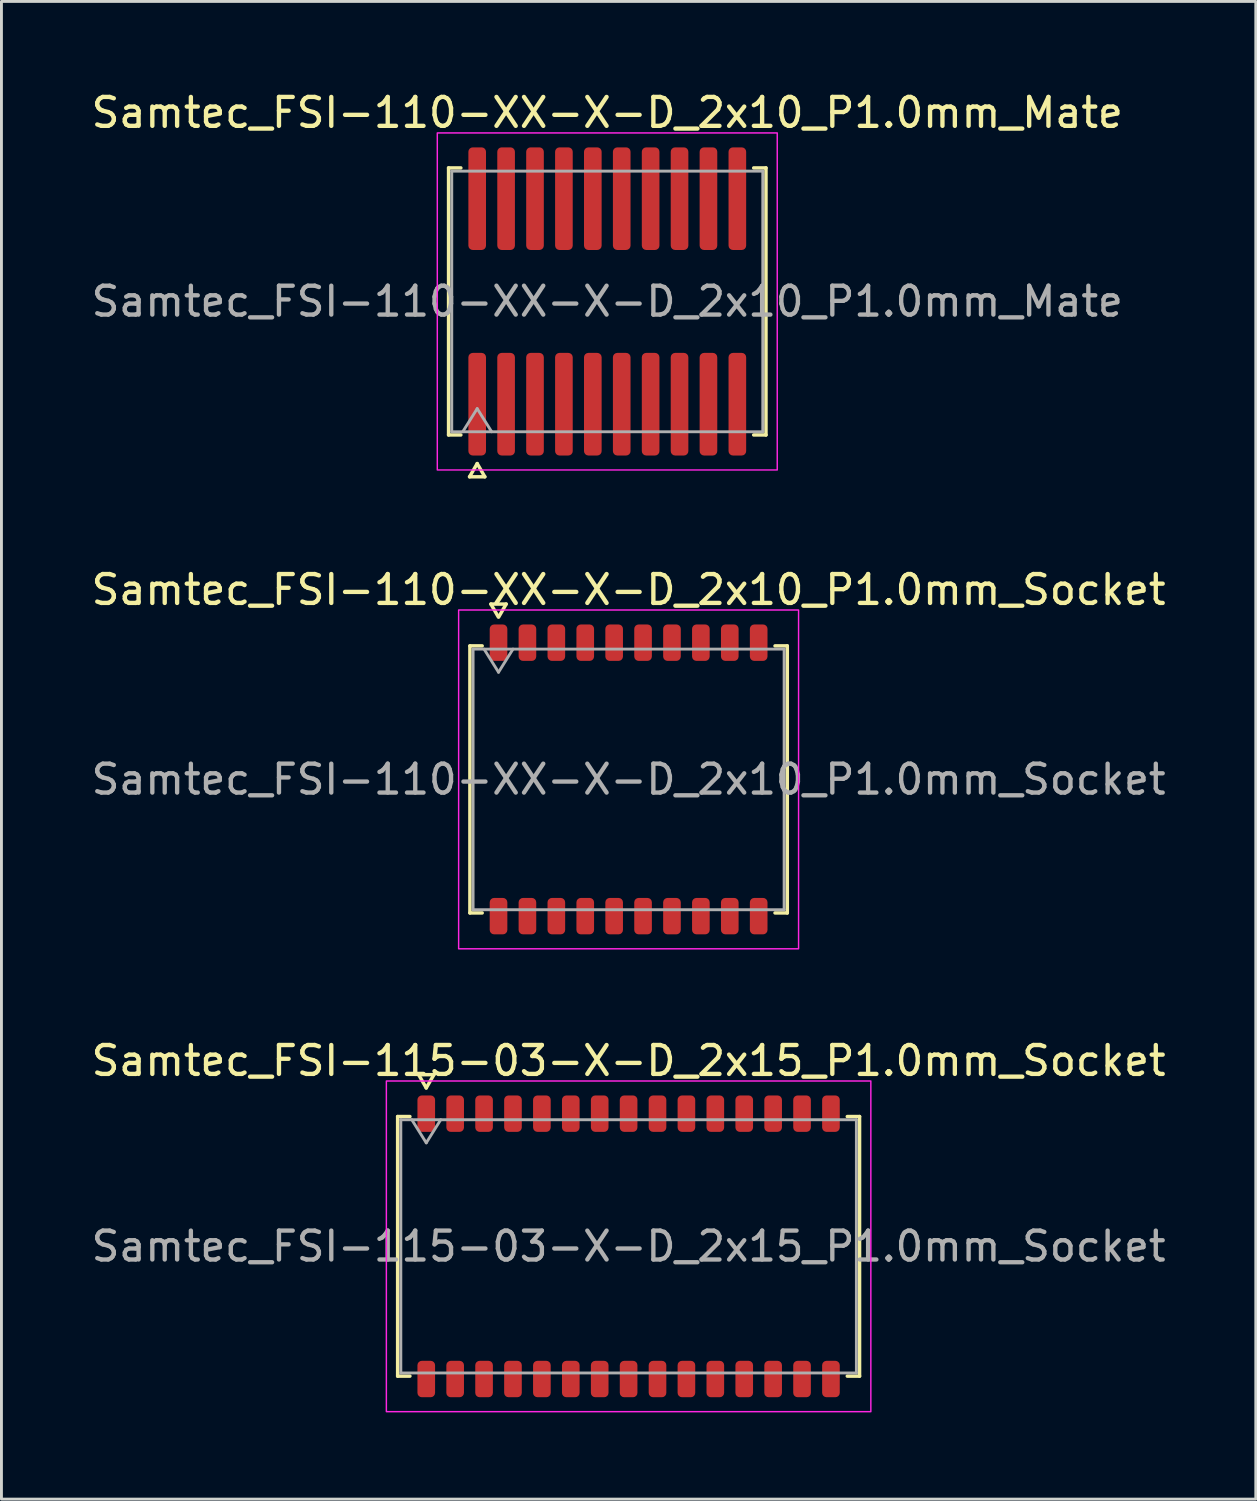
<source format=kicad_pcb>
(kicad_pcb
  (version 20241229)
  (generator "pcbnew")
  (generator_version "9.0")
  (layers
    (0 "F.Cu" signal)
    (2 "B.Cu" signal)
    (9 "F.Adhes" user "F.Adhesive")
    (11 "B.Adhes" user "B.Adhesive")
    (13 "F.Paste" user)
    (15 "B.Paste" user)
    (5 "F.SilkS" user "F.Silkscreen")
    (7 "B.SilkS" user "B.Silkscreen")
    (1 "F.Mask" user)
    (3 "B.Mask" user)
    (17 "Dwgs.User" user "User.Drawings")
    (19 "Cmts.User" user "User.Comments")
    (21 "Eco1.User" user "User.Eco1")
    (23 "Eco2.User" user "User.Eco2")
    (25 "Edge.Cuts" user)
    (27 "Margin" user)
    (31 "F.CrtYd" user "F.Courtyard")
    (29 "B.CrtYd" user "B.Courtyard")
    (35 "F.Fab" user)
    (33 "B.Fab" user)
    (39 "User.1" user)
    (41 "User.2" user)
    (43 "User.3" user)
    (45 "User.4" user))
  (footprint "Samtec_FSI-110-XX-X-D_2x10_P1.0mm_Socket"
    (layer "F.Cu")
    (at 18.696 23.913)
    (property "Reference" "Samtec_FSI-110-XX-X-D_2x10_P1.0mm_Socket" (at 0 -6.56 0) (layer "F.SilkS") (effects (font (size 1 1) (thickness 0.15))))
    (attr smd)
    (fp_line (start -5.49 -4.619) (end -5.065 -4.619) (stroke (width 0.12) (type solid)) (layer "F.SilkS"))
    (fp_line (start -5.49 4.619) (end -5.49 -4.619) (stroke (width 0.12) (type solid)) (layer "F.SilkS"))
    (fp_line (start -5.065 4.619) (end -5.49 4.619) (stroke (width 0.12) (type solid)) (layer "F.SilkS"))
    (fp_line (start -4.764 -6.066) (end -4.507 -5.62) (stroke (width 0.12) (type solid)) (layer "F.SilkS"))
    (fp_line (start -4.493 -5.62) (end -4.236 -6.066) (stroke (width 0.12) (type solid)) (layer "F.SilkS"))
    (fp_line (start -4.236 -6.066) (end -4.764 -6.066) (stroke (width 0.12) (type solid)) (layer "F.SilkS"))
    (fp_line (start 5.065 -4.619) (end 5.49 -4.619) (stroke (width 0.12) (type solid)) (layer "F.SilkS"))
    (fp_line (start 5.49 -4.619) (end 5.49 4.619) (stroke (width 0.12) (type solid)) (layer "F.SilkS"))
    (fp_line (start 5.49 4.619) (end 5.065 4.619) (stroke (width 0.12) (type solid)) (layer "F.SilkS"))
    (fp_rect (start -5.88 -5.86) (end 5.88 5.86) (stroke (width 0.05) (type solid)) (fill no) (layer "F.CrtYd"))
    (fp_line (start -5.38 -4.508) (end 5.38 -4.508) (stroke (width 0.1) (type solid)) (layer "F.Fab"))
    (fp_line (start -5.38 4.508) (end -5.38 -4.508) (stroke (width 0.1) (type solid)) (layer "F.Fab"))
    (fp_line (start -5 -4.508) (end -4.5 -3.708) (stroke (width 0.1) (type solid)) (layer "F.Fab"))
    (fp_line (start -4.5 -3.708) (end -4 -4.508) (stroke (width 0.1) (type solid)) (layer "F.Fab"))
    (fp_line (start 5.38 -4.508) (end 5.38 4.508) (stroke (width 0.1) (type solid)) (layer "F.Fab"))
    (fp_line (start 5.38 4.508) (end -5.38 4.508) (stroke (width 0.1) (type solid)) (layer "F.Fab"))
    (fp_text user "${REFERENCE}" (at 0 0 0) (layer "F.Fab") (effects (font (size 1 1) (thickness 0.15))))
    (pad "1" smd roundrect (at -4.5 -4.73) (size 0.61 1.26) (layers "F.Cu" "F.Mask" "F.Paste") (roundrect_rratio 0.25))
    (pad "2" smd roundrect (at -4.5 4.73) (size 0.61 1.26) (layers "F.Cu" "F.Mask" "F.Paste") (roundrect_rratio 0.25))
    (pad "3" smd roundrect (at -3.5 -4.73) (size 0.61 1.26) (layers "F.Cu" "F.Mask" "F.Paste") (roundrect_rratio 0.25))
    (pad "4" smd roundrect (at -3.5 4.73) (size 0.61 1.26) (layers "F.Cu" "F.Mask" "F.Paste") (roundrect_rratio 0.25))
    (pad "5" smd roundrect (at -2.5 -4.73) (size 0.61 1.26) (layers "F.Cu" "F.Mask" "F.Paste") (roundrect_rratio 0.25))
    (pad "6" smd roundrect (at -2.5 4.73) (size 0.61 1.26) (layers "F.Cu" "F.Mask" "F.Paste") (roundrect_rratio 0.25))
    (pad "7" smd roundrect (at -1.5 -4.73) (size 0.61 1.26) (layers "F.Cu" "F.Mask" "F.Paste") (roundrect_rratio 0.25))
    (pad "8" smd roundrect (at -1.5 4.73) (size 0.61 1.26) (layers "F.Cu" "F.Mask" "F.Paste") (roundrect_rratio 0.25))
    (pad "9" smd roundrect (at -0.5 -4.73) (size 0.61 1.26) (layers "F.Cu" "F.Mask" "F.Paste") (roundrect_rratio 0.25))
    (pad "10" smd roundrect (at -0.5 4.73) (size 0.61 1.26) (layers "F.Cu" "F.Mask" "F.Paste") (roundrect_rratio 0.25))
    (pad "11" smd roundrect (at 0.5 -4.73) (size 0.61 1.26) (layers "F.Cu" "F.Mask" "F.Paste") (roundrect_rratio 0.25))
    (pad "12" smd roundrect (at 0.5 4.73) (size 0.61 1.26) (layers "F.Cu" "F.Mask" "F.Paste") (roundrect_rratio 0.25))
    (pad "13" smd roundrect (at 1.5 -4.73) (size 0.61 1.26) (layers "F.Cu" "F.Mask" "F.Paste") (roundrect_rratio 0.25))
    (pad "14" smd roundrect (at 1.5 4.73) (size 0.61 1.26) (layers "F.Cu" "F.Mask" "F.Paste") (roundrect_rratio 0.25))
    (pad "15" smd roundrect (at 2.5 -4.73) (size 0.61 1.26) (layers "F.Cu" "F.Mask" "F.Paste") (roundrect_rratio 0.25))
    (pad "16" smd roundrect (at 2.5 4.73) (size 0.61 1.26) (layers "F.Cu" "F.Mask" "F.Paste") (roundrect_rratio 0.25))
    (pad "17" smd roundrect (at 3.5 -4.73) (size 0.61 1.26) (layers "F.Cu" "F.Mask" "F.Paste") (roundrect_rratio 0.25))
    (pad "18" smd roundrect (at 3.5 4.73) (size 0.61 1.26) (layers "F.Cu" "F.Mask" "F.Paste") (roundrect_rratio 0.25))
    (pad "19" smd roundrect (at 4.5 -4.73) (size 0.61 1.26) (layers "F.Cu" "F.Mask" "F.Paste") (roundrect_rratio 0.25))
    (pad "20" smd roundrect (at 4.5 4.73) (size 0.61 1.26) (layers "F.Cu" "F.Mask" "F.Paste") (roundrect_rratio 0.25)))
  (footprint "Samtec_FSI-115-03-X-D_2x15_P1.0mm_Socket"
    (layer "F.Cu")
    (at 18.696 40.066)
    (property "Reference" "Samtec_FSI-115-03-X-D_2x15_P1.0mm_Socket" (at 0 -6.42 0) (layer "F.SilkS") (effects (font (size 1 1) (thickness 0.15))))
    (attr smd)
    (fp_line (start -7.99 -4.49) (end -7.565 -4.49) (stroke (width 0.12) (type solid)) (layer "F.SilkS"))
    (fp_line (start -7.99 4.49) (end -7.99 -4.49) (stroke (width 0.12) (type solid)) (layer "F.SilkS"))
    (fp_line (start -7.565 4.49) (end -7.99 4.49) (stroke (width 0.12) (type solid)) (layer "F.SilkS"))
    (fp_line (start -7.264 -5.938) (end -7 -5.48) (stroke (width 0.12) (type solid)) (layer "F.SilkS"))
    (fp_line (start -7 -5.48) (end -6.736 -5.938) (stroke (width 0.12) (type solid)) (layer "F.SilkS"))
    (fp_line (start -6.736 -5.938) (end -7.264 -5.938) (stroke (width 0.12) (type solid)) (layer "F.SilkS"))
    (fp_line (start 7.565 -4.49) (end 7.99 -4.49) (stroke (width 0.12) (type solid)) (layer "F.SilkS"))
    (fp_line (start 7.99 -4.49) (end 7.99 4.49) (stroke (width 0.12) (type solid)) (layer "F.SilkS"))
    (fp_line (start 7.99 4.49) (end 7.565 4.49) (stroke (width 0.12) (type solid)) (layer "F.SilkS"))
    (fp_rect (start -8.38 -5.72) (end 8.38 5.72) (stroke (width 0.05) (type solid)) (fill no) (layer "F.CrtYd"))
    (fp_line (start -7.88 -4.38) (end 7.88 -4.38) (stroke (width 0.1) (type solid)) (layer "F.Fab"))
    (fp_line (start -7.88 4.38) (end -7.88 -4.38) (stroke (width 0.1) (type solid)) (layer "F.Fab"))
    (fp_line (start -7.5 -4.38) (end -7 -3.58) (stroke (width 0.1) (type solid)) (layer "F.Fab"))
    (fp_line (start -7 -3.58) (end -6.5 -4.38) (stroke (width 0.1) (type solid)) (layer "F.Fab"))
    (fp_line (start 7.88 -4.38) (end 7.88 4.38) (stroke (width 0.1) (type solid)) (layer "F.Fab"))
    (fp_line (start 7.88 4.38) (end -7.88 4.38) (stroke (width 0.1) (type solid)) (layer "F.Fab"))
    (fp_text user "${REFERENCE}" (at 0 0 0) (layer "F.Fab") (effects (font (size 1 1) (thickness 0.15))))
    (pad "1" smd roundrect (at -7 -4.59) (size 0.61 1.26) (layers "F.Cu" "F.Mask" "F.Paste") (roundrect_rratio 0.25))
    (pad "2" smd roundrect (at -7 4.59) (size 0.61 1.26) (layers "F.Cu" "F.Mask" "F.Paste") (roundrect_rratio 0.25))
    (pad "3" smd roundrect (at -6 -4.59) (size 0.61 1.26) (layers "F.Cu" "F.Mask" "F.Paste") (roundrect_rratio 0.25))
    (pad "4" smd roundrect (at -6 4.59) (size 0.61 1.26) (layers "F.Cu" "F.Mask" "F.Paste") (roundrect_rratio 0.25))
    (pad "5" smd roundrect (at -5 -4.59) (size 0.61 1.26) (layers "F.Cu" "F.Mask" "F.Paste") (roundrect_rratio 0.25))
    (pad "6" smd roundrect (at -5 4.59) (size 0.61 1.26) (layers "F.Cu" "F.Mask" "F.Paste") (roundrect_rratio 0.25))
    (pad "7" smd roundrect (at -4 -4.59) (size 0.61 1.26) (layers "F.Cu" "F.Mask" "F.Paste") (roundrect_rratio 0.25))
    (pad "8" smd roundrect (at -4 4.59) (size 0.61 1.26) (layers "F.Cu" "F.Mask" "F.Paste") (roundrect_rratio 0.25))
    (pad "9" smd roundrect (at -3 -4.59) (size 0.61 1.26) (layers "F.Cu" "F.Mask" "F.Paste") (roundrect_rratio 0.25))
    (pad "10" smd roundrect (at -3 4.59) (size 0.61 1.26) (layers "F.Cu" "F.Mask" "F.Paste") (roundrect_rratio 0.25))
    (pad "11" smd roundrect (at -2 -4.59) (size 0.61 1.26) (layers "F.Cu" "F.Mask" "F.Paste") (roundrect_rratio 0.25))
    (pad "12" smd roundrect (at -2 4.59) (size 0.61 1.26) (layers "F.Cu" "F.Mask" "F.Paste") (roundrect_rratio 0.25))
    (pad "13" smd roundrect (at -1 -4.59) (size 0.61 1.26) (layers "F.Cu" "F.Mask" "F.Paste") (roundrect_rratio 0.25))
    (pad "14" smd roundrect (at -1 4.59) (size 0.61 1.26) (layers "F.Cu" "F.Mask" "F.Paste") (roundrect_rratio 0.25))
    (pad "15" smd roundrect (at 0 -4.59) (size 0.61 1.26) (layers "F.Cu" "F.Mask" "F.Paste") (roundrect_rratio 0.25))
    (pad "16" smd roundrect (at 0 4.59) (size 0.61 1.26) (layers "F.Cu" "F.Mask" "F.Paste") (roundrect_rratio 0.25))
    (pad "17" smd roundrect (at 1 -4.59) (size 0.61 1.26) (layers "F.Cu" "F.Mask" "F.Paste") (roundrect_rratio 0.25))
    (pad "18" smd roundrect (at 1 4.59) (size 0.61 1.26) (layers "F.Cu" "F.Mask" "F.Paste") (roundrect_rratio 0.25))
    (pad "19" smd roundrect (at 2 -4.59) (size 0.61 1.26) (layers "F.Cu" "F.Mask" "F.Paste") (roundrect_rratio 0.25))
    (pad "20" smd roundrect (at 2 4.59) (size 0.61 1.26) (layers "F.Cu" "F.Mask" "F.Paste") (roundrect_rratio 0.25))
    (pad "21" smd roundrect (at 3 -4.59) (size 0.61 1.26) (layers "F.Cu" "F.Mask" "F.Paste") (roundrect_rratio 0.25))
    (pad "22" smd roundrect (at 3 4.59) (size 0.61 1.26) (layers "F.Cu" "F.Mask" "F.Paste") (roundrect_rratio 0.25))
    (pad "23" smd roundrect (at 4 -4.59) (size 0.61 1.26) (layers "F.Cu" "F.Mask" "F.Paste") (roundrect_rratio 0.25))
    (pad "24" smd roundrect (at 4 4.59) (size 0.61 1.26) (layers "F.Cu" "F.Mask" "F.Paste") (roundrect_rratio 0.25))
    (pad "25" smd roundrect (at 5 -4.59) (size 0.61 1.26) (layers "F.Cu" "F.Mask" "F.Paste") (roundrect_rratio 0.25))
    (pad "26" smd roundrect (at 5 4.59) (size 0.61 1.26) (layers "F.Cu" "F.Mask" "F.Paste") (roundrect_rratio 0.25))
    (pad "27" smd roundrect (at 6 -4.59) (size 0.61 1.26) (layers "F.Cu" "F.Mask" "F.Paste") (roundrect_rratio 0.25))
    (pad "28" smd roundrect (at 6 4.59) (size 0.61 1.26) (layers "F.Cu" "F.Mask" "F.Paste") (roundrect_rratio 0.25))
    (pad "29" smd roundrect (at 7 -4.59) (size 0.61 1.26) (layers "F.Cu" "F.Mask" "F.Paste") (roundrect_rratio 0.25))
    (pad "30" smd roundrect (at 7 4.59) (size 0.61 1.26) (layers "F.Cu" "F.Mask" "F.Paste") (roundrect_rratio 0.25)))
  (footprint "Samtec_FSI-110-XX-X-D_2x10_P1.0mm_Mate"
    (layer "F.Cu")
    (at 17.958 7.378)
    (property "Reference" "Samtec_FSI-110-XX-X-D_2x10_P1.0mm_Mate" (at 0 -6.53 0) (layer "F.SilkS") (effects (font (size 1 1) (thickness 0.15))))
    (attr exclude_from_pos_files exclude_from_bom)
    (fp_line (start -5.49 -4.619) (end -5.065 -4.619) (stroke (width 0.12) (type solid)) (layer "F.SilkS"))
    (fp_line (start -5.49 4.619) (end -5.49 -4.619) (stroke (width 0.12) (type solid)) (layer "F.SilkS"))
    (fp_line (start -5.065 4.619) (end -5.49 4.619) (stroke (width 0.12) (type solid)) (layer "F.SilkS"))
    (fp_line (start -4.764 6.066) (end -4.5 5.609) (stroke (width 0.12) (type solid)) (layer "F.SilkS"))
    (fp_line (start -4.5 5.609) (end -4.236 6.066) (stroke (width 0.12) (type solid)) (layer "F.SilkS"))
    (fp_line (start -4.236 6.066) (end -4.764 6.066) (stroke (width 0.12) (type solid)) (layer "F.SilkS"))
    (fp_line (start 5.065 -4.619) (end 5.49 -4.619) (stroke (width 0.12) (type solid)) (layer "F.SilkS"))
    (fp_line (start 5.49 -4.619) (end 5.49 4.619) (stroke (width 0.12) (type solid)) (layer "F.SilkS"))
    (fp_line (start 5.49 4.619) (end 5.065 4.619) (stroke (width 0.12) (type solid)) (layer "F.SilkS"))
    (fp_rect (start -5.88 -5.83) (end 5.88 5.83) (stroke (width 0.05) (type solid)) (fill no) (layer "F.CrtYd"))
    (fp_line (start -5.38 -4.508) (end 5.38 -4.508) (stroke (width 0.1) (type solid)) (layer "F.Fab"))
    (fp_line (start -5.38 4.508) (end -5.38 -4.508) (stroke (width 0.1) (type solid)) (layer "F.Fab"))
    (fp_line (start -5 4.508) (end -4.5 3.708) (stroke (width 0.1) (type solid)) (layer "F.Fab"))
    (fp_line (start -4.5 3.708) (end -4 4.508) (stroke (width 0.1) (type solid)) (layer "F.Fab"))
    (fp_line (start 5.38 -4.508) (end 5.38 4.508) (stroke (width 0.1) (type solid)) (layer "F.Fab"))
    (fp_line (start 5.38 4.508) (end -5.38 4.508) (stroke (width 0.1) (type solid)) (layer "F.Fab"))
    (fp_text user "${REFERENCE}" (at 0 0 0) (layer "F.Fab") (effects (font (size 1 1) (thickness 0.15))))
    (pad "1" smd roundrect (at -4.5 3.555) (size 0.61 3.55) (layers "F.Cu" "F.Mask") (roundrect_rratio 0.25))
    (pad "2" smd roundrect (at -4.5 -3.555) (size 0.61 3.55) (layers "F.Cu" "F.Mask") (roundrect_rratio 0.25))
    (pad "3" smd roundrect (at -3.5 3.555) (size 0.61 3.55) (layers "F.Cu" "F.Mask") (roundrect_rratio 0.25))
    (pad "4" smd roundrect (at -3.5 -3.555) (size 0.61 3.55) (layers "F.Cu" "F.Mask") (roundrect_rratio 0.25))
    (pad "5" smd roundrect (at -2.5 3.555) (size 0.61 3.55) (layers "F.Cu" "F.Mask") (roundrect_rratio 0.25))
    (pad "6" smd roundrect (at -2.5 -3.555) (size 0.61 3.55) (layers "F.Cu" "F.Mask") (roundrect_rratio 0.25))
    (pad "7" smd roundrect (at -1.5 3.555) (size 0.61 3.55) (layers "F.Cu" "F.Mask") (roundrect_rratio 0.25))
    (pad "8" smd roundrect (at -1.5 -3.555) (size 0.61 3.55) (layers "F.Cu" "F.Mask") (roundrect_rratio 0.25))
    (pad "9" smd roundrect (at -0.5 3.555) (size 0.61 3.55) (layers "F.Cu" "F.Mask") (roundrect_rratio 0.25))
    (pad "10" smd roundrect (at -0.5 -3.555) (size 0.61 3.55) (layers "F.Cu" "F.Mask") (roundrect_rratio 0.25))
    (pad "11" smd roundrect (at 0.5 3.555) (size 0.61 3.55) (layers "F.Cu" "F.Mask") (roundrect_rratio 0.25))
    (pad "12" smd roundrect (at 0.5 -3.555) (size 0.61 3.55) (layers "F.Cu" "F.Mask") (roundrect_rratio 0.25))
    (pad "13" smd roundrect (at 1.5 3.555) (size 0.61 3.55) (layers "F.Cu" "F.Mask") (roundrect_rratio 0.25))
    (pad "14" smd roundrect (at 1.5 -3.555) (size 0.61 3.55) (layers "F.Cu" "F.Mask") (roundrect_rratio 0.25))
    (pad "15" smd roundrect (at 2.5 3.555) (size 0.61 3.55) (layers "F.Cu" "F.Mask") (roundrect_rratio 0.25))
    (pad "16" smd roundrect (at 2.5 -3.555) (size 0.61 3.55) (layers "F.Cu" "F.Mask") (roundrect_rratio 0.25))
    (pad "17" smd roundrect (at 3.5 3.555) (size 0.61 3.55) (layers "F.Cu" "F.Mask") (roundrect_rratio 0.25))
    (pad "18" smd roundrect (at 3.5 -3.555) (size 0.61 3.55) (layers "F.Cu" "F.Mask") (roundrect_rratio 0.25))
    (pad "19" smd roundrect (at 4.5 3.555) (size 0.61 3.55) (layers "F.Cu" "F.Mask") (roundrect_rratio 0.25))
    (pad "20" smd roundrect (at 4.5 -3.555) (size 0.61 3.55) (layers "F.Cu" "F.Mask") (roundrect_rratio 0.25)))
  (gr_rect
    (start -3 -3)
    (end 40.393 48.811)
    (stroke (width 0.1) (type default))
    (fill no)
    (layer "Edge.Cuts")))
</source>
